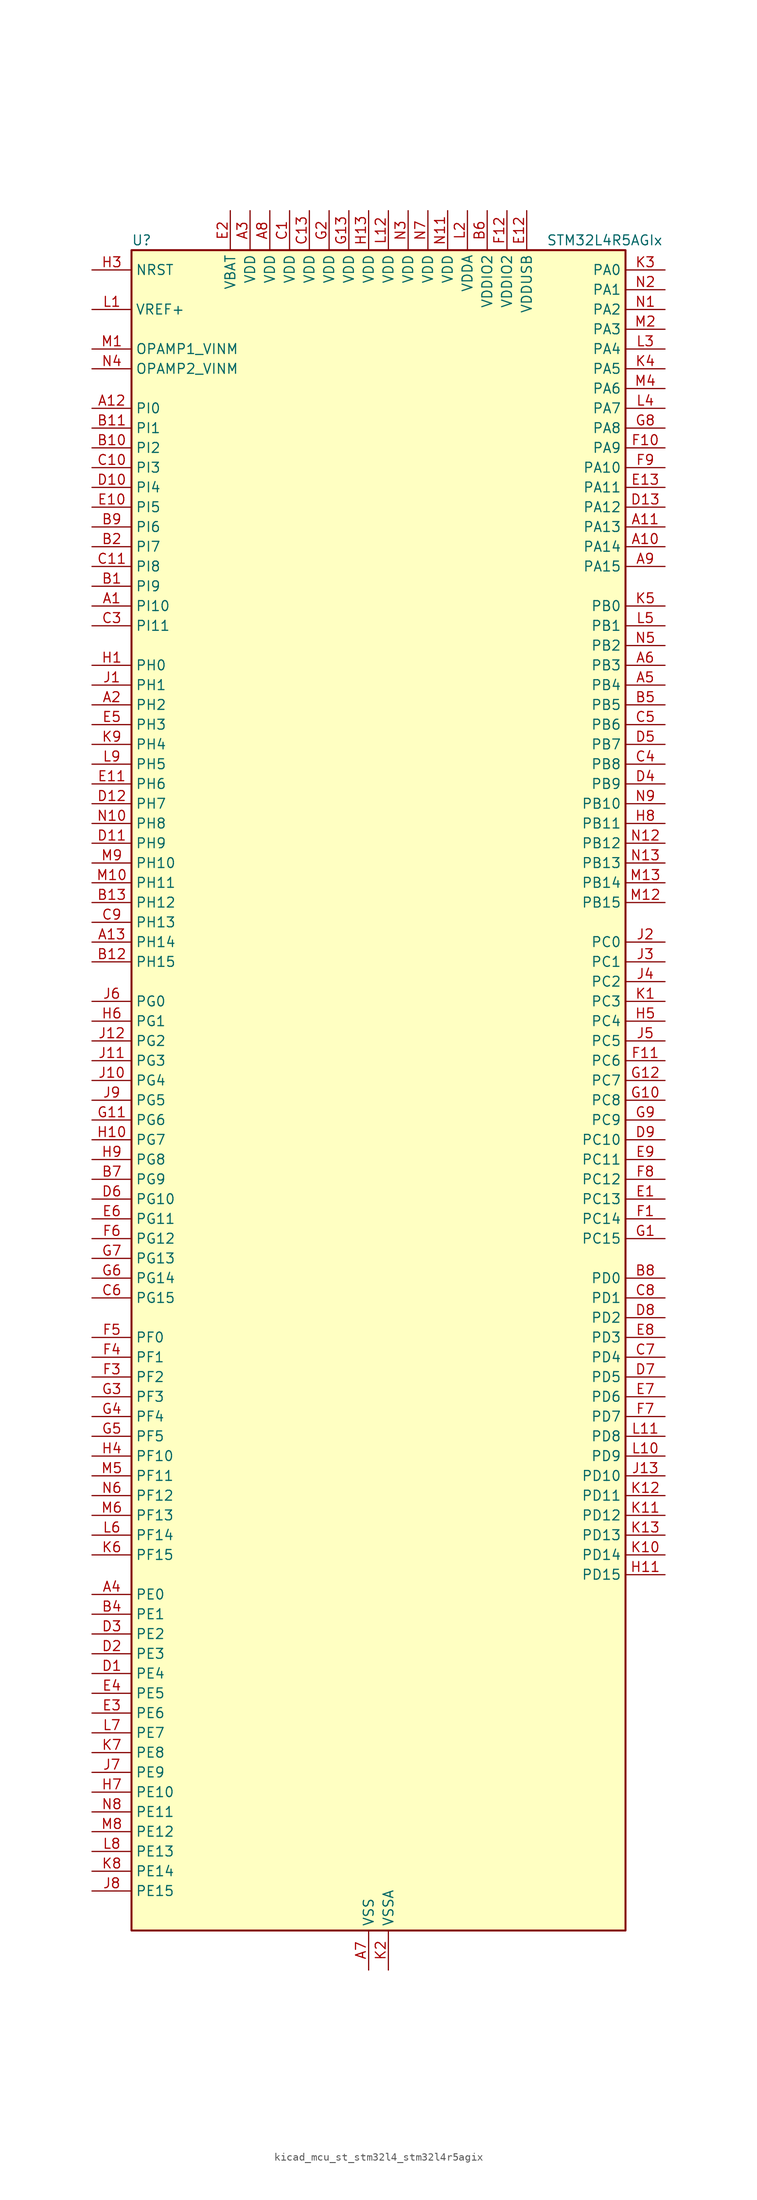
<source format=kicad_sym>
(kicad_symbol_lib
  (version 20220914)
  (generator kicad_symbol_editor)
  (symbol "kicad_mcu_st_stm32l4_stm32l4r5agix"
    (property "Reference" "U"
      (at -30.48 110.49 0)
      (effects (font (size 1.27 1.27)) (justify left)))
    (property "Value" "STM32L4R5AGIx"
      (at 22.86 110.49 0)
      (effects (font (size 1.27 1.27)) (justify left)))
    (property "ki_locked" ""
      (at 0 0 0)
      (effects (font (size 1.27 1.27))))
    (symbol "kicad_mcu_st_stm32l4_stm32l4r5agix_0_1"
      (rectangle (start -30.48 -106.68) (end 33.02 109.22) (stroke (width 0.254) (type default)) (fill (type background))))
    (symbol "kicad_mcu_st_stm32l4_stm32l4r5agix_1_1"
      (pin bidirectional line (at -35.56 63.5 0) (length 5.08) (name "PI10" (effects (font (size 1.27 1.27)))) (number "A1" (effects (font (size 1.27 1.27)))) (alternate "OCTOSPIM_P2_IO1" bidirectional line))
      (pin bidirectional line (at 38.1 71.12 180) (length 5.08) (name "PA14" (effects (font (size 1.27 1.27)))) (number "A10" (effects (font (size 1.27 1.27)))) (alternate "I2C1_SMBA" bidirectional line) (alternate "I2C4_SMBA" bidirectional line) (alternate "LPTIM1_OUT" bidirectional line) (alternate "SAI1_FS_B" bidirectional line) (alternate "SYS_JTCK-SWCLK" bidirectional line) (alternate "USB_OTG_FS_SOF" bidirectional line))
      (pin bidirectional line (at 38.1 73.66 180) (length 5.08) (name "PA13" (effects (font (size 1.27 1.27)))) (number "A11" (effects (font (size 1.27 1.27)))) (alternate "IR_OUT" bidirectional line) (alternate "SAI1_SD_B" bidirectional line) (alternate "SYS_JTMS-SWDIO" bidirectional line) (alternate "USB_OTG_FS_NOE" bidirectional line))
      (pin bidirectional line (at -35.56 88.9 0) (length 5.08) (name "PI0" (effects (font (size 1.27 1.27)))) (number "A12" (effects (font (size 1.27 1.27)))) (alternate "DCMI_D13" bidirectional line) (alternate "OCTOSPIM_P1_IO5" bidirectional line) (alternate "SPI2_NSS" bidirectional line) (alternate "TIM5_CH4" bidirectional line))
      (pin bidirectional line (at -35.56 20.32 0) (length 5.08) (name "PH14" (effects (font (size 1.27 1.27)))) (number "A13" (effects (font (size 1.27 1.27)))) (alternate "DCMI_D4" bidirectional line) (alternate "TIM8_CH2N" bidirectional line))
      (pin bidirectional line (at -35.56 50.8 0) (length 5.08) (name "PH2" (effects (font (size 1.27 1.27)))) (number "A2" (effects (font (size 1.27 1.27)))) (alternate "OCTOSPIM_P1_IO4" bidirectional line))
      (pin power_in line (at -15.24 114.3 270) (length 5.08) (name "VDD" (effects (font (size 1.27 1.27)))) (number "A3" (effects (font (size 1.27 1.27)))))
      (pin bidirectional line (at -35.56 -63.5 0) (length 5.08) (name "PE0" (effects (font (size 1.27 1.27)))) (number "A4" (effects (font (size 1.27 1.27)))) (alternate "DCMI_D2" bidirectional line) (alternate "FMC_NBL0" bidirectional line) (alternate "TIM16_CH1" bidirectional line) (alternate "TIM4_ETR" bidirectional line))
      (pin bidirectional line (at 38.1 53.34 180) (length 5.08) (name "PB4" (effects (font (size 1.27 1.27)))) (number "A5" (effects (font (size 1.27 1.27)))) (alternate "COMP2_INP" bidirectional line) (alternate "DCMI_D12" bidirectional line) (alternate "I2C3_SDA" bidirectional line) (alternate "SAI1_MCLK_B" bidirectional line) (alternate "SPI1_MISO" bidirectional line) (alternate "SPI3_MISO" bidirectional line) (alternate "SYS_JTRST" bidirectional line) (alternate "TIM17_BKIN" bidirectional line) (alternate "TIM3_CH1" bidirectional line) (alternate "TSC_G2_IO1" bidirectional line) (alternate "UART5_DE" bidirectional line) (alternate "UART5_RTS" bidirectional line) (alternate "USART1_CTS" bidirectional line) (alternate "USART1_NSS" bidirectional line))
      (pin bidirectional line (at 38.1 55.88 180) (length 5.08) (name "PB3" (effects (font (size 1.27 1.27)))) (number "A6" (effects (font (size 1.27 1.27)))) (alternate "COMP2_INM" bidirectional line) (alternate "CRS_SYNC" bidirectional line) (alternate "SAI1_SCK_B" bidirectional line) (alternate "SPI1_SCK" bidirectional line) (alternate "SPI3_SCK" bidirectional line) (alternate "SYS_JTDO-SWO" bidirectional line) (alternate "TIM2_CH2" bidirectional line) (alternate "USART1_DE" bidirectional line) (alternate "USART1_RTS" bidirectional line))
      (pin power_in line (at 0 -111.76 90) (length 5.08) (name "VSS" (effects (font (size 1.27 1.27)))) (number "A7" (effects (font (size 1.27 1.27)))))
      (pin power_in line (at -12.7 114.3 270) (length 5.08) (name "VDD" (effects (font (size 1.27 1.27)))) (number "A8" (effects (font (size 1.27 1.27)))))
      (pin bidirectional line (at 38.1 68.58 180) (length 5.08) (name "PA15" (effects (font (size 1.27 1.27)))) (number "A9" (effects (font (size 1.27 1.27)))) (alternate "ADC1_EXTI15" bidirectional line) (alternate "SAI2_FS_B" bidirectional line) (alternate "SPI1_NSS" bidirectional line) (alternate "SPI3_NSS" bidirectional line) (alternate "SYS_JTDI" bidirectional line) (alternate "TIM2_CH1" bidirectional line) (alternate "TIM2_ETR" bidirectional line) (alternate "TSC_G3_IO1" bidirectional line) (alternate "UART4_DE" bidirectional line) (alternate "UART4_RTS" bidirectional line) (alternate "USART2_RX" bidirectional line) (alternate "USART3_DE" bidirectional line) (alternate "USART3_RTS" bidirectional line))
      (pin bidirectional line (at -35.56 66.04 0) (length 5.08) (name "PI9" (effects (font (size 1.27 1.27)))) (number "B1" (effects (font (size 1.27 1.27)))) (alternate "CAN1_RX" bidirectional line) (alternate "DAC1_EXTI9" bidirectional line) (alternate "OCTOSPIM_P2_IO2" bidirectional line))
      (pin bidirectional line (at -35.56 83.82 0) (length 5.08) (name "PI2" (effects (font (size 1.27 1.27)))) (number "B10" (effects (font (size 1.27 1.27)))) (alternate "DCMI_D9" bidirectional line) (alternate "SPI2_MISO" bidirectional line) (alternate "TIM8_CH4" bidirectional line))
      (pin bidirectional line (at -35.56 86.36 0) (length 5.08) (name "PI1" (effects (font (size 1.27 1.27)))) (number "B11" (effects (font (size 1.27 1.27)))) (alternate "DCMI_D8" bidirectional line) (alternate "SPI2_SCK" bidirectional line))
      (pin bidirectional line (at -35.56 17.78 0) (length 5.08) (name "PH15" (effects (font (size 1.27 1.27)))) (number "B12" (effects (font (size 1.27 1.27)))) (alternate "ADC1_EXTI15" bidirectional line) (alternate "DCMI_D11" bidirectional line) (alternate "OCTOSPIM_P2_IO6" bidirectional line) (alternate "TIM8_CH3N" bidirectional line))
      (pin bidirectional line (at -35.56 25.4 0) (length 5.08) (name "PH12" (effects (font (size 1.27 1.27)))) (number "B13" (effects (font (size 1.27 1.27)))) (alternate "DCMI_D3" bidirectional line) (alternate "OCTOSPIM_P2_IO7" bidirectional line) (alternate "TIM5_CH3" bidirectional line))
      (pin bidirectional line (at -35.56 71.12 0) (length 5.08) (name "PI7" (effects (font (size 1.27 1.27)))) (number "B2" (effects (font (size 1.27 1.27)))) (alternate "DCMI_D7" bidirectional line) (alternate "TIM8_CH3" bidirectional line))
      (pin passive line (at 0 -111.76 90) (length 5.08) hide (name "VSS" (effects (font (size 1.27 1.27)))) (number "B3" (effects (font (size 1.27 1.27)))))
      (pin bidirectional line (at -35.56 -66.04 0) (length 5.08) (name "PE1" (effects (font (size 1.27 1.27)))) (number "B4" (effects (font (size 1.27 1.27)))) (alternate "DCMI_D3" bidirectional line) (alternate "FMC_NBL1" bidirectional line) (alternate "TIM17_CH1" bidirectional line))
      (pin bidirectional line (at 38.1 50.8 180) (length 5.08) (name "PB5" (effects (font (size 1.27 1.27)))) (number "B5" (effects (font (size 1.27 1.27)))) (alternate "COMP2_OUT" bidirectional line) (alternate "DCMI_D10" bidirectional line) (alternate "I2C1_SMBA" bidirectional line) (alternate "LPTIM1_IN1" bidirectional line) (alternate "SAI1_SD_B" bidirectional line) (alternate "SPI1_MOSI" bidirectional line) (alternate "SPI3_MOSI" bidirectional line) (alternate "TIM16_BKIN" bidirectional line) (alternate "TIM3_CH2" bidirectional line) (alternate "TSC_G2_IO2" bidirectional line) (alternate "UART5_CTS" bidirectional line) (alternate "USART1_CK" bidirectional line))
      (pin power_in line (at 15.24 114.3 270) (length 5.08) (name "VDDIO2" (effects (font (size 1.27 1.27)))) (number "B6" (effects (font (size 1.27 1.27)))))
      (pin bidirectional line (at -35.56 -10.16 0) (length 5.08) (name "PG9" (effects (font (size 1.27 1.27)))) (number "B7" (effects (font (size 1.27 1.27)))) (alternate "DAC1_EXTI9" bidirectional line) (alternate "FMC_NCE" bidirectional line) (alternate "FMC_NE2" bidirectional line) (alternate "OCTOSPIM_P2_IO6" bidirectional line) (alternate "SAI2_SCK_A" bidirectional line) (alternate "SPI3_SCK" bidirectional line) (alternate "TIM15_CH1N" bidirectional line) (alternate "USART1_TX" bidirectional line))
      (pin bidirectional line (at 38.1 -22.86 180) (length 5.08) (name "PD0" (effects (font (size 1.27 1.27)))) (number "B8" (effects (font (size 1.27 1.27)))) (alternate "CAN1_RX" bidirectional line) (alternate "DFSDM1_DATIN7" bidirectional line) (alternate "FMC_D2" bidirectional line) (alternate "FMC_DA2" bidirectional line) (alternate "SPI2_NSS" bidirectional line))
      (pin bidirectional line (at -35.56 73.66 0) (length 5.08) (name "PI6" (effects (font (size 1.27 1.27)))) (number "B9" (effects (font (size 1.27 1.27)))) (alternate "DCMI_D6" bidirectional line) (alternate "OCTOSPIM_P2_CLK" bidirectional line) (alternate "TIM8_CH2" bidirectional line))
      (pin power_in line (at -10.16 114.3 270) (length 5.08) (name "VDD" (effects (font (size 1.27 1.27)))) (number "C1" (effects (font (size 1.27 1.27)))))
      (pin bidirectional line (at -35.56 81.28 0) (length 5.08) (name "PI3" (effects (font (size 1.27 1.27)))) (number "C10" (effects (font (size 1.27 1.27)))) (alternate "DCMI_D10" bidirectional line) (alternate "SPI2_MOSI" bidirectional line) (alternate "TIM8_ETR" bidirectional line))
      (pin bidirectional line (at -35.56 68.58 0) (length 5.08) (name "PI8" (effects (font (size 1.27 1.27)))) (number "C11" (effects (font (size 1.27 1.27)))) (alternate "DCMI_D12" bidirectional line) (alternate "OCTOSPIM_P2_NCS" bidirectional line))
      (pin passive line (at 0 -111.76 90) (length 5.08) hide (name "VSS" (effects (font (size 1.27 1.27)))) (number "C12" (effects (font (size 1.27 1.27)))))
      (pin power_in line (at -7.62 114.3 270) (length 5.08) (name "VDD" (effects (font (size 1.27 1.27)))) (number "C13" (effects (font (size 1.27 1.27)))))
      (pin passive line (at 0 -111.76 90) (length 5.08) hide (name "VSS" (effects (font (size 1.27 1.27)))) (number "C2" (effects (font (size 1.27 1.27)))))
      (pin bidirectional line (at -35.56 60.96 0) (length 5.08) (name "PI11" (effects (font (size 1.27 1.27)))) (number "C3" (effects (font (size 1.27 1.27)))) (alternate "ADC1_EXTI11" bidirectional line) (alternate "OCTOSPIM_P2_IO0" bidirectional line))
      (pin bidirectional line (at 38.1 43.18 180) (length 5.08) (name "PB8" (effects (font (size 1.27 1.27)))) (number "C4" (effects (font (size 1.27 1.27)))) (alternate "CAN1_RX" bidirectional line) (alternate "DCMI_D6" bidirectional line) (alternate "DFSDM1_CKOUT" bidirectional line) (alternate "DFSDM1_DATIN6" bidirectional line) (alternate "I2C1_SCL" bidirectional line) (alternate "SAI1_CK1" bidirectional line) (alternate "SAI1_MCLK_A" bidirectional line) (alternate "SDMMC1_CKIN" bidirectional line) (alternate "SDMMC1_D4" bidirectional line) (alternate "TIM16_CH1" bidirectional line) (alternate "TIM4_CH3" bidirectional line))
      (pin bidirectional line (at 38.1 48.26 180) (length 5.08) (name "PB6" (effects (font (size 1.27 1.27)))) (number "C5" (effects (font (size 1.27 1.27)))) (alternate "COMP2_INP" bidirectional line) (alternate "DCMI_D5" bidirectional line) (alternate "DFSDM1_DATIN5" bidirectional line) (alternate "I2C1_SCL" bidirectional line) (alternate "I2C4_SCL" bidirectional line) (alternate "LPTIM1_ETR" bidirectional line) (alternate "SAI1_FS_B" bidirectional line) (alternate "TIM16_CH1N" bidirectional line) (alternate "TIM4_CH1" bidirectional line) (alternate "TIM8_BKIN2" bidirectional line) (alternate "TSC_G2_IO3" bidirectional line) (alternate "USART1_TX" bidirectional line))
      (pin bidirectional line (at -35.56 -25.4 0) (length 5.08) (name "PG15" (effects (font (size 1.27 1.27)))) (number "C6" (effects (font (size 1.27 1.27)))) (alternate "ADC1_EXTI15" bidirectional line) (alternate "DCMI_D13" bidirectional line) (alternate "I2C1_SMBA" bidirectional line) (alternate "LPTIM1_OUT" bidirectional line) (alternate "OCTOSPIM_P2_DQS" bidirectional line))
      (pin bidirectional line (at 38.1 -33.02 180) (length 5.08) (name "PD4" (effects (font (size 1.27 1.27)))) (number "C7" (effects (font (size 1.27 1.27)))) (alternate "DFSDM1_CKIN0" bidirectional line) (alternate "FMC_NOE" bidirectional line) (alternate "OCTOSPIM_P1_IO4" bidirectional line) (alternate "SPI2_MOSI" bidirectional line) (alternate "USART2_DE" bidirectional line) (alternate "USART2_RTS" bidirectional line))
      (pin bidirectional line (at 38.1 -25.4 180) (length 5.08) (name "PD1" (effects (font (size 1.27 1.27)))) (number "C8" (effects (font (size 1.27 1.27)))) (alternate "CAN1_TX" bidirectional line) (alternate "DFSDM1_CKIN7" bidirectional line) (alternate "FMC_D3" bidirectional line) (alternate "FMC_DA3" bidirectional line) (alternate "SPI2_SCK" bidirectional line))
      (pin bidirectional line (at -35.56 22.86 0) (length 5.08) (name "PH13" (effects (font (size 1.27 1.27)))) (number "C9" (effects (font (size 1.27 1.27)))) (alternate "CAN1_TX" bidirectional line) (alternate "TIM8_CH1N" bidirectional line))
      (pin bidirectional line (at -35.56 -73.66 0) (length 5.08) (name "PE4" (effects (font (size 1.27 1.27)))) (number "D1" (effects (font (size 1.27 1.27)))) (alternate "DCMI_D4" bidirectional line) (alternate "DFSDM1_DATIN3" bidirectional line) (alternate "FMC_A20" bidirectional line) (alternate "SAI1_D2" bidirectional line) (alternate "SAI1_FS_A" bidirectional line) (alternate "SYS_TRACED1" bidirectional line) (alternate "TIM3_CH2" bidirectional line) (alternate "TSC_G7_IO3" bidirectional line))
      (pin bidirectional line (at -35.56 78.74 0) (length 5.08) (name "PI4" (effects (font (size 1.27 1.27)))) (number "D10" (effects (font (size 1.27 1.27)))) (alternate "DCMI_D5" bidirectional line) (alternate "TIM8_BKIN" bidirectional line))
      (pin bidirectional line (at -35.56 33.02 0) (length 5.08) (name "PH9" (effects (font (size 1.27 1.27)))) (number "D11" (effects (font (size 1.27 1.27)))) (alternate "DAC1_EXTI9" bidirectional line) (alternate "DCMI_D0" bidirectional line) (alternate "I2C3_SMBA" bidirectional line) (alternate "OCTOSPIM_P2_IO4" bidirectional line))
      (pin bidirectional line (at -35.56 38.1 0) (length 5.08) (name "PH7" (effects (font (size 1.27 1.27)))) (number "D12" (effects (font (size 1.27 1.27)))) (alternate "DCMI_D9" bidirectional line) (alternate "I2C3_SCL" bidirectional line))
      (pin bidirectional line (at 38.1 76.2 180) (length 5.08) (name "PA12" (effects (font (size 1.27 1.27)))) (number "D13" (effects (font (size 1.27 1.27)))) (alternate "CAN1_TX" bidirectional line) (alternate "SPI1_MOSI" bidirectional line) (alternate "TIM1_ETR" bidirectional line) (alternate "USART1_DE" bidirectional line) (alternate "USART1_RTS" bidirectional line) (alternate "USB_OTG_FS_DP" bidirectional line))
      (pin bidirectional line (at -35.56 -71.12 0) (length 5.08) (name "PE3" (effects (font (size 1.27 1.27)))) (number "D2" (effects (font (size 1.27 1.27)))) (alternate "FMC_A19" bidirectional line) (alternate "OCTOSPIM_P1_DQS" bidirectional line) (alternate "SAI1_SD_B" bidirectional line) (alternate "SYS_TRACED0" bidirectional line) (alternate "TIM3_CH1" bidirectional line) (alternate "TSC_G7_IO2" bidirectional line))
      (pin bidirectional line (at -35.56 -68.58 0) (length 5.08) (name "PE2" (effects (font (size 1.27 1.27)))) (number "D3" (effects (font (size 1.27 1.27)))) (alternate "FMC_A23" bidirectional line) (alternate "SAI1_CK1" bidirectional line) (alternate "SAI1_MCLK_A" bidirectional line) (alternate "SYS_TRACECLK" bidirectional line) (alternate "TIM3_ETR" bidirectional line) (alternate "TSC_G7_IO1" bidirectional line))
      (pin bidirectional line (at 38.1 40.64 180) (length 5.08) (name "PB9" (effects (font (size 1.27 1.27)))) (number "D4" (effects (font (size 1.27 1.27)))) (alternate "CAN1_TX" bidirectional line) (alternate "DAC1_EXTI9" bidirectional line) (alternate "DCMI_D7" bidirectional line) (alternate "DFSDM1_CKIN6" bidirectional line) (alternate "I2C1_SDA" bidirectional line) (alternate "IR_OUT" bidirectional line) (alternate "SAI1_D2" bidirectional line) (alternate "SAI1_FS_A" bidirectional line) (alternate "SDMMC1_CDIR" bidirectional line) (alternate "SDMMC1_D5" bidirectional line) (alternate "SPI2_NSS" bidirectional line) (alternate "TIM17_CH1" bidirectional line) (alternate "TIM4_CH4" bidirectional line))
      (pin bidirectional line (at 38.1 45.72 180) (length 5.08) (name "PB7" (effects (font (size 1.27 1.27)))) (number "D5" (effects (font (size 1.27 1.27)))) (alternate "COMP2_INM" bidirectional line) (alternate "DCMI_VSYNC" bidirectional line) (alternate "DFSDM1_CKIN5" bidirectional line) (alternate "FMC_NL" bidirectional line) (alternate "I2C1_SDA" bidirectional line) (alternate "I2C4_SDA" bidirectional line) (alternate "LPTIM1_IN2" bidirectional line) (alternate "SYS_PVD_IN" bidirectional line) (alternate "TIM17_CH1N" bidirectional line) (alternate "TIM4_CH2" bidirectional line) (alternate "TIM8_BKIN" bidirectional line) (alternate "TSC_G2_IO4" bidirectional line) (alternate "UART4_CTS" bidirectional line) (alternate "USART1_RX" bidirectional line))
      (pin bidirectional line (at -35.56 -12.7 0) (length 5.08) (name "PG10" (effects (font (size 1.27 1.27)))) (number "D6" (effects (font (size 1.27 1.27)))) (alternate "FMC_NE3" bidirectional line) (alternate "LPTIM1_IN1" bidirectional line) (alternate "OCTOSPIM_P2_IO7" bidirectional line) (alternate "SAI2_FS_A" bidirectional line) (alternate "SPI3_MISO" bidirectional line) (alternate "TIM15_CH1" bidirectional line) (alternate "USART1_RX" bidirectional line))
      (pin bidirectional line (at 38.1 -35.56 180) (length 5.08) (name "PD5" (effects (font (size 1.27 1.27)))) (number "D7" (effects (font (size 1.27 1.27)))) (alternate "FMC_NWE" bidirectional line) (alternate "OCTOSPIM_P1_IO5" bidirectional line) (alternate "USART2_TX" bidirectional line))
      (pin bidirectional line (at 38.1 -27.94 180) (length 5.08) (name "PD2" (effects (font (size 1.27 1.27)))) (number "D8" (effects (font (size 1.27 1.27)))) (alternate "DCMI_D11" bidirectional line) (alternate "SDMMC1_CMD" bidirectional line) (alternate "SYS_TRACED2" bidirectional line) (alternate "TIM3_ETR" bidirectional line) (alternate "TSC_SYNC" bidirectional line) (alternate "UART5_RX" bidirectional line) (alternate "USART3_DE" bidirectional line) (alternate "USART3_RTS" bidirectional line))
      (pin bidirectional line (at 38.1 -5.08 180) (length 5.08) (name "PC10" (effects (font (size 1.27 1.27)))) (number "D9" (effects (font (size 1.27 1.27)))) (alternate "DCMI_D8" bidirectional line) (alternate "SAI2_SCK_B" bidirectional line) (alternate "SDMMC1_D2" bidirectional line) (alternate "SPI3_SCK" bidirectional line) (alternate "SYS_TRACED1" bidirectional line) (alternate "TSC_G3_IO2" bidirectional line) (alternate "UART4_TX" bidirectional line) (alternate "USART3_TX" bidirectional line))
      (pin bidirectional line (at 38.1 -12.7 180) (length 5.08) (name "PC13" (effects (font (size 1.27 1.27)))) (number "E1" (effects (font (size 1.27 1.27)))) (alternate "RTC_OUT_ALARM" bidirectional line) (alternate "RTC_OUT_CALIB" bidirectional line) (alternate "RTC_TAMP1" bidirectional line) (alternate "RTC_TS" bidirectional line) (alternate "SYS_WKUP2" bidirectional line))
      (pin bidirectional line (at -35.56 76.2 0) (length 5.08) (name "PI5" (effects (font (size 1.27 1.27)))) (number "E10" (effects (font (size 1.27 1.27)))) (alternate "DCMI_VSYNC" bidirectional line) (alternate "OCTOSPIM_P2_NCS" bidirectional line) (alternate "TIM8_CH1" bidirectional line))
      (pin bidirectional line (at -35.56 40.64 0) (length 5.08) (name "PH6" (effects (font (size 1.27 1.27)))) (number "E11" (effects (font (size 1.27 1.27)))) (alternate "DCMI_D8" bidirectional line) (alternate "I2C2_SMBA" bidirectional line) (alternate "OCTOSPIM_P2_CLK" bidirectional line))
      (pin power_in line (at 20.32 114.3 270) (length 5.08) (name "VDDUSB" (effects (font (size 1.27 1.27)))) (number "E12" (effects (font (size 1.27 1.27)))))
      (pin bidirectional line (at 38.1 78.74 180) (length 5.08) (name "PA11" (effects (font (size 1.27 1.27)))) (number "E13" (effects (font (size 1.27 1.27)))) (alternate "ADC1_EXTI11" bidirectional line) (alternate "CAN1_RX" bidirectional line) (alternate "SPI1_MISO" bidirectional line) (alternate "TIM1_BKIN2" bidirectional line) (alternate "TIM1_CH4" bidirectional line) (alternate "USART1_CTS" bidirectional line) (alternate "USART1_NSS" bidirectional line) (alternate "USB_OTG_FS_DM" bidirectional line))
      (pin power_in line (at -17.78 114.3 270) (length 5.08) (name "VBAT" (effects (font (size 1.27 1.27)))) (number "E2" (effects (font (size 1.27 1.27)))))
      (pin bidirectional line (at -35.56 -78.74 0) (length 5.08) (name "PE6" (effects (font (size 1.27 1.27)))) (number "E3" (effects (font (size 1.27 1.27)))) (alternate "DCMI_D7" bidirectional line) (alternate "FMC_A22" bidirectional line) (alternate "RTC_TAMP3" bidirectional line) (alternate "SAI1_D1" bidirectional line) (alternate "SAI1_SD_A" bidirectional line) (alternate "SYS_TRACED3" bidirectional line) (alternate "SYS_WKUP3" bidirectional line) (alternate "TIM3_CH4" bidirectional line))
      (pin bidirectional line (at -35.56 -76.2 0) (length 5.08) (name "PE5" (effects (font (size 1.27 1.27)))) (number "E4" (effects (font (size 1.27 1.27)))) (alternate "DCMI_D6" bidirectional line) (alternate "DFSDM1_CKIN3" bidirectional line) (alternate "FMC_A21" bidirectional line) (alternate "SAI1_CK2" bidirectional line) (alternate "SAI1_SCK_A" bidirectional line) (alternate "SYS_TRACED2" bidirectional line) (alternate "TIM3_CH3" bidirectional line) (alternate "TSC_G7_IO4" bidirectional line))
      (pin bidirectional line (at -35.56 48.26 0) (length 5.08) (name "PH3" (effects (font (size 1.27 1.27)))) (number "E5" (effects (font (size 1.27 1.27)))))
      (pin bidirectional line (at -35.56 -15.24 0) (length 5.08) (name "PG11" (effects (font (size 1.27 1.27)))) (number "E6" (effects (font (size 1.27 1.27)))) (alternate "ADC1_EXTI11" bidirectional line) (alternate "LPTIM1_IN2" bidirectional line) (alternate "OCTOSPIM_P1_IO5" bidirectional line) (alternate "SAI2_MCLK_A" bidirectional line) (alternate "SPI3_MOSI" bidirectional line) (alternate "TIM15_CH2" bidirectional line) (alternate "USART1_CTS" bidirectional line) (alternate "USART1_NSS" bidirectional line))
      (pin bidirectional line (at 38.1 -38.1 180) (length 5.08) (name "PD6" (effects (font (size 1.27 1.27)))) (number "E7" (effects (font (size 1.27 1.27)))) (alternate "DCMI_D10" bidirectional line) (alternate "DFSDM1_DATIN1" bidirectional line) (alternate "FMC_NWAIT" bidirectional line) (alternate "OCTOSPIM_P1_IO6" bidirectional line) (alternate "SAI1_D1" bidirectional line) (alternate "SAI1_SD_A" bidirectional line) (alternate "SPI3_MOSI" bidirectional line) (alternate "USART2_RX" bidirectional line))
      (pin bidirectional line (at 38.1 -30.48 180) (length 5.08) (name "PD3" (effects (font (size 1.27 1.27)))) (number "E8" (effects (font (size 1.27 1.27)))) (alternate "DCMI_D5" bidirectional line) (alternate "DFSDM1_DATIN0" bidirectional line) (alternate "FMC_CLK" bidirectional line) (alternate "OCTOSPIM_P2_NCS" bidirectional line) (alternate "SPI2_MISO" bidirectional line) (alternate "SPI2_SCK" bidirectional line) (alternate "USART2_CTS" bidirectional line) (alternate "USART2_NSS" bidirectional line))
      (pin bidirectional line (at 38.1 -7.62 180) (length 5.08) (name "PC11" (effects (font (size 1.27 1.27)))) (number "E9" (effects (font (size 1.27 1.27)))) (alternate "ADC1_EXTI11" bidirectional line) (alternate "DCMI_D2" bidirectional line) (alternate "DCMI_D4" bidirectional line) (alternate "OCTOSPIM_P1_NCS" bidirectional line) (alternate "SAI2_MCLK_B" bidirectional line) (alternate "SDMMC1_D3" bidirectional line) (alternate "SPI3_MISO" bidirectional line) (alternate "TSC_G3_IO3" bidirectional line) (alternate "UART4_RX" bidirectional line) (alternate "USART3_RX" bidirectional line))
      (pin bidirectional line (at 38.1 -15.24 180) (length 5.08) (name "PC14" (effects (font (size 1.27 1.27)))) (number "F1" (effects (font (size 1.27 1.27)))) (alternate "RCC_OSC32_IN" bidirectional line))
      (pin bidirectional line (at 38.1 83.82 180) (length 5.08) (name "PA9" (effects (font (size 1.27 1.27)))) (number "F10" (effects (font (size 1.27 1.27)))) (alternate "DAC1_EXTI9" bidirectional line) (alternate "DCMI_D0" bidirectional line) (alternate "SAI1_FS_A" bidirectional line) (alternate "SPI2_SCK" bidirectional line) (alternate "TIM15_BKIN" bidirectional line) (alternate "TIM1_CH2" bidirectional line) (alternate "USART1_TX" bidirectional line) (alternate "USB_OTG_FS_VBUS" bidirectional line))
      (pin bidirectional line (at 38.1 5.08 180) (length 5.08) (name "PC6" (effects (font (size 1.27 1.27)))) (number "F11" (effects (font (size 1.27 1.27)))) (alternate "DCMI_D0" bidirectional line) (alternate "DFSDM1_CKIN3" bidirectional line) (alternate "SAI2_MCLK_A" bidirectional line) (alternate "SDMMC1_D0DIR" bidirectional line) (alternate "SDMMC1_D6" bidirectional line) (alternate "TIM3_CH1" bidirectional line) (alternate "TIM8_CH1" bidirectional line) (alternate "TSC_G4_IO1" bidirectional line))
      (pin power_in line (at 17.78 114.3 270) (length 5.08) (name "VDDIO2" (effects (font (size 1.27 1.27)))) (number "F12" (effects (font (size 1.27 1.27)))))
      (pin passive line (at 0 -111.76 90) (length 5.08) hide (name "VSS" (effects (font (size 1.27 1.27)))) (number "F13" (effects (font (size 1.27 1.27)))))
      (pin passive line (at 0 -111.76 90) (length 5.08) hide (name "VSS" (effects (font (size 1.27 1.27)))) (number "F2" (effects (font (size 1.27 1.27)))))
      (pin bidirectional line (at -35.56 -35.56 0) (length 5.08) (name "PF2" (effects (font (size 1.27 1.27)))) (number "F3" (effects (font (size 1.27 1.27)))) (alternate "FMC_A2" bidirectional line) (alternate "I2C2_SMBA" bidirectional line) (alternate "OCTOSPIM_P2_IO2" bidirectional line))
      (pin bidirectional line (at -35.56 -33.02 0) (length 5.08) (name "PF1" (effects (font (size 1.27 1.27)))) (number "F4" (effects (font (size 1.27 1.27)))) (alternate "FMC_A1" bidirectional line) (alternate "I2C2_SCL" bidirectional line) (alternate "OCTOSPIM_P2_IO1" bidirectional line))
      (pin bidirectional line (at -35.56 -30.48 0) (length 5.08) (name "PF0" (effects (font (size 1.27 1.27)))) (number "F5" (effects (font (size 1.27 1.27)))) (alternate "FMC_A0" bidirectional line) (alternate "I2C2_SDA" bidirectional line) (alternate "OCTOSPIM_P2_IO0" bidirectional line))
      (pin bidirectional line (at -35.56 -17.78 0) (length 5.08) (name "PG12" (effects (font (size 1.27 1.27)))) (number "F6" (effects (font (size 1.27 1.27)))) (alternate "FMC_NE4" bidirectional line) (alternate "LPTIM1_ETR" bidirectional line) (alternate "OCTOSPIM_P2_NCS" bidirectional line) (alternate "SAI2_SD_A" bidirectional line) (alternate "SPI3_NSS" bidirectional line) (alternate "USART1_DE" bidirectional line) (alternate "USART1_RTS" bidirectional line))
      (pin bidirectional line (at 38.1 -40.64 180) (length 5.08) (name "PD7" (effects (font (size 1.27 1.27)))) (number "F7" (effects (font (size 1.27 1.27)))) (alternate "DFSDM1_CKIN1" bidirectional line) (alternate "FMC_NCE" bidirectional line) (alternate "FMC_NE1" bidirectional line) (alternate "OCTOSPIM_P1_IO7" bidirectional line) (alternate "USART2_CK" bidirectional line))
      (pin bidirectional line (at 38.1 -10.16 180) (length 5.08) (name "PC12" (effects (font (size 1.27 1.27)))) (number "F8" (effects (font (size 1.27 1.27)))) (alternate "DCMI_D9" bidirectional line) (alternate "SAI2_SD_B" bidirectional line) (alternate "SDMMC1_CK" bidirectional line) (alternate "SPI3_MOSI" bidirectional line) (alternate "SYS_TRACED3" bidirectional line) (alternate "TSC_G3_IO4" bidirectional line) (alternate "UART5_TX" bidirectional line) (alternate "USART3_CK" bidirectional line))
      (pin bidirectional line (at 38.1 81.28 180) (length 5.08) (name "PA10" (effects (font (size 1.27 1.27)))) (number "F9" (effects (font (size 1.27 1.27)))) (alternate "DCMI_D1" bidirectional line) (alternate "SAI1_D1" bidirectional line) (alternate "SAI1_SD_A" bidirectional line) (alternate "TIM17_BKIN" bidirectional line) (alternate "TIM1_CH3" bidirectional line) (alternate "USART1_RX" bidirectional line) (alternate "USB_OTG_FS_ID" bidirectional line))
      (pin bidirectional line (at 38.1 -17.78 180) (length 5.08) (name "PC15" (effects (font (size 1.27 1.27)))) (number "G1" (effects (font (size 1.27 1.27)))) (alternate "ADC1_EXTI15" bidirectional line) (alternate "RCC_OSC32_OUT" bidirectional line))
      (pin bidirectional line (at 38.1 0 180) (length 5.08) (name "PC8" (effects (font (size 1.27 1.27)))) (number "G10" (effects (font (size 1.27 1.27)))) (alternate "DCMI_D2" bidirectional line) (alternate "SDMMC1_D0" bidirectional line) (alternate "TIM3_CH3" bidirectional line) (alternate "TIM8_CH3" bidirectional line) (alternate "TSC_G4_IO3" bidirectional line))
      (pin bidirectional line (at -35.56 -2.54 0) (length 5.08) (name "PG6" (effects (font (size 1.27 1.27)))) (number "G11" (effects (font (size 1.27 1.27)))) (alternate "I2C3_SMBA" bidirectional line) (alternate "LPUART1_DE" bidirectional line) (alternate "LPUART1_RTS" bidirectional line) (alternate "OCTOSPIM_P1_DQS" bidirectional line))
      (pin bidirectional line (at 38.1 2.54 180) (length 5.08) (name "PC7" (effects (font (size 1.27 1.27)))) (number "G12" (effects (font (size 1.27 1.27)))) (alternate "DCMI_D1" bidirectional line) (alternate "DFSDM1_DATIN3" bidirectional line) (alternate "SAI2_MCLK_B" bidirectional line) (alternate "SDMMC1_D123DIR" bidirectional line) (alternate "SDMMC1_D7" bidirectional line) (alternate "TIM3_CH2" bidirectional line) (alternate "TIM8_CH2" bidirectional line) (alternate "TSC_G4_IO2" bidirectional line))
      (pin power_in line (at -2.54 114.3 270) (length 5.08) (name "VDD" (effects (font (size 1.27 1.27)))) (number "G13" (effects (font (size 1.27 1.27)))))
      (pin power_in line (at -5.08 114.3 270) (length 5.08) (name "VDD" (effects (font (size 1.27 1.27)))) (number "G2" (effects (font (size 1.27 1.27)))))
      (pin bidirectional line (at -35.56 -38.1 0) (length 5.08) (name "PF3" (effects (font (size 1.27 1.27)))) (number "G3" (effects (font (size 1.27 1.27)))) (alternate "FMC_A3" bidirectional line) (alternate "OCTOSPIM_P2_IO3" bidirectional line))
      (pin bidirectional line (at -35.56 -40.64 0) (length 5.08) (name "PF4" (effects (font (size 1.27 1.27)))) (number "G4" (effects (font (size 1.27 1.27)))) (alternate "FMC_A4" bidirectional line) (alternate "OCTOSPIM_P2_CLK" bidirectional line))
      (pin bidirectional line (at -35.56 -43.18 0) (length 5.08) (name "PF5" (effects (font (size 1.27 1.27)))) (number "G5" (effects (font (size 1.27 1.27)))) (alternate "FMC_A5" bidirectional line))
      (pin bidirectional line (at -35.56 -22.86 0) (length 5.08) (name "PG14" (effects (font (size 1.27 1.27)))) (number "G6" (effects (font (size 1.27 1.27)))) (alternate "FMC_A25" bidirectional line) (alternate "I2C1_SCL" bidirectional line))
      (pin bidirectional line (at -35.56 -20.32 0) (length 5.08) (name "PG13" (effects (font (size 1.27 1.27)))) (number "G7" (effects (font (size 1.27 1.27)))) (alternate "FMC_A24" bidirectional line) (alternate "I2C1_SDA" bidirectional line) (alternate "USART1_CK" bidirectional line))
      (pin bidirectional line (at 38.1 86.36 180) (length 5.08) (name "PA8" (effects (font (size 1.27 1.27)))) (number "G8" (effects (font (size 1.27 1.27)))) (alternate "LPTIM2_OUT" bidirectional line) (alternate "RCC_MCO" bidirectional line) (alternate "SAI1_CK2" bidirectional line) (alternate "SAI1_SCK_A" bidirectional line) (alternate "TIM1_CH1" bidirectional line) (alternate "USART1_CK" bidirectional line) (alternate "USB_OTG_FS_SOF" bidirectional line))
      (pin bidirectional line (at 38.1 -2.54 180) (length 5.08) (name "PC9" (effects (font (size 1.27 1.27)))) (number "G9" (effects (font (size 1.27 1.27)))) (alternate "DAC1_EXTI9" bidirectional line) (alternate "DCMI_D3" bidirectional line) (alternate "I2C3_SDA" bidirectional line) (alternate "SAI2_EXTCLK" bidirectional line) (alternate "SDMMC1_D1" bidirectional line) (alternate "SYS_TRACED0" bidirectional line) (alternate "TIM3_CH4" bidirectional line) (alternate "TIM8_BKIN2" bidirectional line) (alternate "TIM8_CH4" bidirectional line) (alternate "TSC_G4_IO4" bidirectional line) (alternate "USB_OTG_FS_NOE" bidirectional line))
      (pin bidirectional line (at -35.56 55.88 0) (length 5.08) (name "PH0" (effects (font (size 1.27 1.27)))) (number "H1" (effects (font (size 1.27 1.27)))) (alternate "RCC_OSC_IN" bidirectional line))
      (pin bidirectional line (at -35.56 -5.08 0) (length 5.08) (name "PG7" (effects (font (size 1.27 1.27)))) (number "H10" (effects (font (size 1.27 1.27)))) (alternate "DFSDM1_CKOUT" bidirectional line) (alternate "FMC_INT" bidirectional line) (alternate "I2C3_SCL" bidirectional line) (alternate "LPUART1_TX" bidirectional line) (alternate "OCTOSPIM_P2_DQS" bidirectional line) (alternate "SAI1_CK1" bidirectional line) (alternate "SAI1_MCLK_A" bidirectional line))
      (pin bidirectional line (at 38.1 -60.96 180) (length 5.08) (name "PD15" (effects (font (size 1.27 1.27)))) (number "H11" (effects (font (size 1.27 1.27)))) (alternate "ADC1_EXTI15" bidirectional line) (alternate "FMC_D1" bidirectional line) (alternate "FMC_DA1" bidirectional line) (alternate "TIM4_CH4" bidirectional line))
      (pin passive line (at 0 -111.76 90) (length 5.08) hide (name "VSS" (effects (font (size 1.27 1.27)))) (number "H12" (effects (font (size 1.27 1.27)))))
      (pin power_in line (at 0 114.3 270) (length 5.08) (name "VDD" (effects (font (size 1.27 1.27)))) (number "H13" (effects (font (size 1.27 1.27)))))
      (pin passive line (at 0 -111.76 90) (length 5.08) hide (name "VSS" (effects (font (size 1.27 1.27)))) (number "H2" (effects (font (size 1.27 1.27)))))
      (pin input line (at -35.56 106.68 0) (length 5.08) (name "NRST" (effects (font (size 1.27 1.27)))) (number "H3" (effects (font (size 1.27 1.27)))))
      (pin bidirectional line (at -35.56 -45.72 0) (length 5.08) (name "PF10" (effects (font (size 1.27 1.27)))) (number "H4" (effects (font (size 1.27 1.27)))) (alternate "DCMI_D11" bidirectional line) (alternate "DFSDM1_CKOUT" bidirectional line) (alternate "OCTOSPIM_P1_CLK" bidirectional line) (alternate "SAI1_D3" bidirectional line) (alternate "TIM15_CH2" bidirectional line))
      (pin bidirectional line (at 38.1 10.16 180) (length 5.08) (name "PC4" (effects (font (size 1.27 1.27)))) (number "H5" (effects (font (size 1.27 1.27)))) (alternate "ADC1_IN13" bidirectional line) (alternate "COMP1_INM" bidirectional line) (alternate "OCTOSPIM_P1_IO7" bidirectional line) (alternate "USART3_TX" bidirectional line))
      (pin bidirectional line (at -35.56 10.16 0) (length 5.08) (name "PG1" (effects (font (size 1.27 1.27)))) (number "H6" (effects (font (size 1.27 1.27)))) (alternate "FMC_A11" bidirectional line) (alternate "OCTOSPIM_P2_IO5" bidirectional line) (alternate "TSC_G8_IO4" bidirectional line))
      (pin bidirectional line (at -35.56 -88.9 0) (length 5.08) (name "PE10" (effects (font (size 1.27 1.27)))) (number "H7" (effects (font (size 1.27 1.27)))) (alternate "DFSDM1_DATIN4" bidirectional line) (alternate "FMC_D7" bidirectional line) (alternate "FMC_DA7" bidirectional line) (alternate "OCTOSPIM_P1_CLK" bidirectional line) (alternate "SAI1_MCLK_B" bidirectional line) (alternate "TIM1_CH2N" bidirectional line) (alternate "TSC_G5_IO1" bidirectional line))
      (pin bidirectional line (at 38.1 35.56 180) (length 5.08) (name "PB11" (effects (font (size 1.27 1.27)))) (number "H8" (effects (font (size 1.27 1.27)))) (alternate "ADC1_EXTI11" bidirectional line) (alternate "COMP2_OUT" bidirectional line) (alternate "DFSDM1_CKIN7" bidirectional line) (alternate "I2C2_SDA" bidirectional line) (alternate "I2C4_SDA" bidirectional line) (alternate "LPUART1_TX" bidirectional line) (alternate "OCTOSPIM_P1_NCS" bidirectional line) (alternate "TIM2_CH4" bidirectional line) (alternate "USART3_RX" bidirectional line))
      (pin bidirectional line (at -35.56 -7.62 0) (length 5.08) (name "PG8" (effects (font (size 1.27 1.27)))) (number "H9" (effects (font (size 1.27 1.27)))) (alternate "I2C3_SDA" bidirectional line) (alternate "LPUART1_RX" bidirectional line))
      (pin bidirectional line (at -35.56 53.34 0) (length 5.08) (name "PH1" (effects (font (size 1.27 1.27)))) (number "J1" (effects (font (size 1.27 1.27)))) (alternate "RCC_OSC_OUT" bidirectional line))
      (pin bidirectional line (at -35.56 2.54 0) (length 5.08) (name "PG4" (effects (font (size 1.27 1.27)))) (number "J10" (effects (font (size 1.27 1.27)))) (alternate "FMC_A14" bidirectional line) (alternate "SAI2_MCLK_B" bidirectional line) (alternate "SPI1_MOSI" bidirectional line))
      (pin bidirectional line (at -35.56 5.08 0) (length 5.08) (name "PG3" (effects (font (size 1.27 1.27)))) (number "J11" (effects (font (size 1.27 1.27)))) (alternate "FMC_A13" bidirectional line) (alternate "SAI2_FS_B" bidirectional line) (alternate "SPI1_MISO" bidirectional line))
      (pin bidirectional line (at -35.56 7.62 0) (length 5.08) (name "PG2" (effects (font (size 1.27 1.27)))) (number "J12" (effects (font (size 1.27 1.27)))) (alternate "FMC_A12" bidirectional line) (alternate "SAI2_SCK_B" bidirectional line) (alternate "SPI1_SCK" bidirectional line))
      (pin bidirectional line (at 38.1 -48.26 180) (length 5.08) (name "PD10" (effects (font (size 1.27 1.27)))) (number "J13" (effects (font (size 1.27 1.27)))) (alternate "FMC_D15" bidirectional line) (alternate "FMC_DA15" bidirectional line) (alternate "SAI2_SCK_A" bidirectional line) (alternate "TSC_G6_IO1" bidirectional line) (alternate "USART3_CK" bidirectional line))
      (pin bidirectional line (at 38.1 20.32 180) (length 5.08) (name "PC0" (effects (font (size 1.27 1.27)))) (number "J2" (effects (font (size 1.27 1.27)))) (alternate "ADC1_IN1" bidirectional line) (alternate "DFSDM1_DATIN4" bidirectional line) (alternate "I2C3_SCL" bidirectional line) (alternate "LPTIM1_IN1" bidirectional line) (alternate "LPTIM2_IN1" bidirectional line) (alternate "LPUART1_RX" bidirectional line) (alternate "SAI2_FS_A" bidirectional line))
      (pin bidirectional line (at 38.1 17.78 180) (length 5.08) (name "PC1" (effects (font (size 1.27 1.27)))) (number "J3" (effects (font (size 1.27 1.27)))) (alternate "ADC1_IN2" bidirectional line) (alternate "DFSDM1_CKIN4" bidirectional line) (alternate "I2C3_SDA" bidirectional line) (alternate "LPTIM1_OUT" bidirectional line) (alternate "LPUART1_TX" bidirectional line) (alternate "OCTOSPIM_P1_IO4" bidirectional line) (alternate "SAI1_SD_A" bidirectional line) (alternate "SPI2_MOSI" bidirectional line) (alternate "SYS_TRACED0" bidirectional line))
      (pin bidirectional line (at 38.1 15.24 180) (length 5.08) (name "PC2" (effects (font (size 1.27 1.27)))) (number "J4" (effects (font (size 1.27 1.27)))) (alternate "ADC1_IN3" bidirectional line) (alternate "DFSDM1_CKOUT" bidirectional line) (alternate "LPTIM1_IN2" bidirectional line) (alternate "OCTOSPIM_P1_IO5" bidirectional line) (alternate "SPI2_MISO" bidirectional line))
      (pin bidirectional line (at 38.1 7.62 180) (length 5.08) (name "PC5" (effects (font (size 1.27 1.27)))) (number "J5" (effects (font (size 1.27 1.27)))) (alternate "ADC1_IN14" bidirectional line) (alternate "COMP1_INP" bidirectional line) (alternate "SAI1_D3" bidirectional line) (alternate "SYS_WKUP5" bidirectional line) (alternate "USART3_RX" bidirectional line))
      (pin bidirectional line (at -35.56 12.7 0) (length 5.08) (name "PG0" (effects (font (size 1.27 1.27)))) (number "J6" (effects (font (size 1.27 1.27)))) (alternate "FMC_A10" bidirectional line) (alternate "OCTOSPIM_P2_IO4" bidirectional line) (alternate "TSC_G8_IO3" bidirectional line))
      (pin bidirectional line (at -35.56 -86.36 0) (length 5.08) (name "PE9" (effects (font (size 1.27 1.27)))) (number "J7" (effects (font (size 1.27 1.27)))) (alternate "DAC1_EXTI9" bidirectional line) (alternate "DFSDM1_CKOUT" bidirectional line) (alternate "FMC_D6" bidirectional line) (alternate "FMC_DA6" bidirectional line) (alternate "SAI1_FS_B" bidirectional line) (alternate "TIM1_CH1" bidirectional line))
      (pin bidirectional line (at -35.56 -101.6 0) (length 5.08) (name "PE15" (effects (font (size 1.27 1.27)))) (number "J8" (effects (font (size 1.27 1.27)))) (alternate "ADC1_EXTI15" bidirectional line) (alternate "FMC_D12" bidirectional line) (alternate "FMC_DA12" bidirectional line) (alternate "OCTOSPIM_P1_IO3" bidirectional line) (alternate "SPI1_MOSI" bidirectional line) (alternate "TIM1_BKIN" bidirectional line))
      (pin bidirectional line (at -35.56 0 0) (length 5.08) (name "PG5" (effects (font (size 1.27 1.27)))) (number "J9" (effects (font (size 1.27 1.27)))) (alternate "FMC_A15" bidirectional line) (alternate "LPUART1_CTS" bidirectional line) (alternate "SAI2_SD_B" bidirectional line) (alternate "SPI1_NSS" bidirectional line))
      (pin bidirectional line (at 38.1 12.7 180) (length 5.08) (name "PC3" (effects (font (size 1.27 1.27)))) (number "K1" (effects (font (size 1.27 1.27)))) (alternate "ADC1_IN4" bidirectional line) (alternate "LPTIM1_ETR" bidirectional line) (alternate "LPTIM2_ETR" bidirectional line) (alternate "OCTOSPIM_P1_IO6" bidirectional line) (alternate "SAI1_D1" bidirectional line) (alternate "SAI1_SD_A" bidirectional line) (alternate "SPI2_MOSI" bidirectional line))
      (pin bidirectional line (at 38.1 -58.42 180) (length 5.08) (name "PD14" (effects (font (size 1.27 1.27)))) (number "K10" (effects (font (size 1.27 1.27)))) (alternate "FMC_D0" bidirectional line) (alternate "FMC_DA0" bidirectional line) (alternate "TIM4_CH3" bidirectional line))
      (pin bidirectional line (at 38.1 -53.34 180) (length 5.08) (name "PD12" (effects (font (size 1.27 1.27)))) (number "K11" (effects (font (size 1.27 1.27)))) (alternate "FMC_A17" bidirectional line) (alternate "FMC_ALE" bidirectional line) (alternate "I2C4_SCL" bidirectional line) (alternate "LPTIM2_IN1" bidirectional line) (alternate "SAI2_FS_A" bidirectional line) (alternate "TIM4_CH1" bidirectional line) (alternate "TSC_G6_IO3" bidirectional line) (alternate "USART3_DE" bidirectional line) (alternate "USART3_RTS" bidirectional line))
      (pin bidirectional line (at 38.1 -50.8 180) (length 5.08) (name "PD11" (effects (font (size 1.27 1.27)))) (number "K12" (effects (font (size 1.27 1.27)))) (alternate "ADC1_EXTI11" bidirectional line) (alternate "FMC_A16" bidirectional line) (alternate "FMC_CLE" bidirectional line) (alternate "I2C4_SMBA" bidirectional line) (alternate "LPTIM2_ETR" bidirectional line) (alternate "SAI2_SD_A" bidirectional line) (alternate "TSC_G6_IO2" bidirectional line) (alternate "USART3_CTS" bidirectional line) (alternate "USART3_NSS" bidirectional line))
      (pin bidirectional line (at 38.1 -55.88 180) (length 5.08) (name "PD13" (effects (font (size 1.27 1.27)))) (number "K13" (effects (font (size 1.27 1.27)))) (alternate "FMC_A18" bidirectional line) (alternate "I2C4_SDA" bidirectional line) (alternate "LPTIM2_OUT" bidirectional line) (alternate "TIM4_CH2" bidirectional line) (alternate "TSC_G6_IO4" bidirectional line))
      (pin power_in line (at 2.54 -111.76 90) (length 5.08) (name "VSSA" (effects (font (size 1.27 1.27)))) (number "K2" (effects (font (size 1.27 1.27)))))
      (pin bidirectional line (at 38.1 106.68 180) (length 5.08) (name "PA0" (effects (font (size 1.27 1.27)))) (number "K3" (effects (font (size 1.27 1.27)))) (alternate "ADC1_IN5" bidirectional line) (alternate "OPAMP1_VINP" bidirectional line) (alternate "RTC_TAMP2" bidirectional line) (alternate "SAI1_EXTCLK" bidirectional line) (alternate "SYS_WKUP1" bidirectional line) (alternate "TIM2_CH1" bidirectional line) (alternate "TIM2_ETR" bidirectional line) (alternate "TIM5_CH1" bidirectional line) (alternate "TIM8_ETR" bidirectional line) (alternate "UART4_TX" bidirectional line) (alternate "USART2_CTS" bidirectional line) (alternate "USART2_NSS" bidirectional line))
      (pin bidirectional line (at 38.1 93.98 180) (length 5.08) (name "PA5" (effects (font (size 1.27 1.27)))) (number "K4" (effects (font (size 1.27 1.27)))) (alternate "ADC1_IN10" bidirectional line) (alternate "DAC1_OUT2" bidirectional line) (alternate "LPTIM2_ETR" bidirectional line) (alternate "SPI1_SCK" bidirectional line) (alternate "TIM2_CH1" bidirectional line) (alternate "TIM2_ETR" bidirectional line) (alternate "TIM8_CH1N" bidirectional line))
      (pin bidirectional line (at 38.1 63.5 180) (length 5.08) (name "PB0" (effects (font (size 1.27 1.27)))) (number "K5" (effects (font (size 1.27 1.27)))) (alternate "ADC1_IN15" bidirectional line) (alternate "COMP1_OUT" bidirectional line) (alternate "OCTOSPIM_P1_IO1" bidirectional line) (alternate "OPAMP2_VOUT" bidirectional line) (alternate "SAI1_EXTCLK" bidirectional line) (alternate "SPI1_NSS" bidirectional line) (alternate "TIM1_CH2N" bidirectional line) (alternate "TIM3_CH3" bidirectional line) (alternate "TIM8_CH2N" bidirectional line) (alternate "USART3_CK" bidirectional line))
      (pin bidirectional line (at -35.56 -58.42 0) (length 5.08) (name "PF15" (effects (font (size 1.27 1.27)))) (number "K6" (effects (font (size 1.27 1.27)))) (alternate "ADC1_EXTI15" bidirectional line) (alternate "FMC_A9" bidirectional line) (alternate "I2C4_SDA" bidirectional line) (alternate "TSC_G8_IO2" bidirectional line))
      (pin bidirectional line (at -35.56 -83.82 0) (length 5.08) (name "PE8" (effects (font (size 1.27 1.27)))) (number "K7" (effects (font (size 1.27 1.27)))) (alternate "DFSDM1_CKIN2" bidirectional line) (alternate "FMC_D5" bidirectional line) (alternate "FMC_DA5" bidirectional line) (alternate "SAI1_SCK_B" bidirectional line) (alternate "TIM1_CH1N" bidirectional line))
      (pin bidirectional line (at -35.56 -99.06 0) (length 5.08) (name "PE14" (effects (font (size 1.27 1.27)))) (number "K8" (effects (font (size 1.27 1.27)))) (alternate "FMC_D11" bidirectional line) (alternate "FMC_DA11" bidirectional line) (alternate "OCTOSPIM_P1_IO2" bidirectional line) (alternate "SPI1_MISO" bidirectional line) (alternate "TIM1_BKIN2" bidirectional line) (alternate "TIM1_CH4" bidirectional line))
      (pin bidirectional line (at -35.56 45.72 0) (length 5.08) (name "PH4" (effects (font (size 1.27 1.27)))) (number "K9" (effects (font (size 1.27 1.27)))) (alternate "I2C2_SCL" bidirectional line) (alternate "OCTOSPIM_P2_DQS" bidirectional line))
      (pin input line (at -35.56 101.6 0) (length 5.08) (name "VREF+" (effects (font (size 1.27 1.27)))) (number "L1" (effects (font (size 1.27 1.27)))) (alternate "VREFBUF_OUT" bidirectional line))
      (pin bidirectional line (at 38.1 -45.72 180) (length 5.08) (name "PD9" (effects (font (size 1.27 1.27)))) (number "L10" (effects (font (size 1.27 1.27)))) (alternate "DAC1_EXTI9" bidirectional line) (alternate "DCMI_PIXCLK" bidirectional line) (alternate "FMC_D14" bidirectional line) (alternate "FMC_DA14" bidirectional line) (alternate "SAI2_MCLK_A" bidirectional line) (alternate "USART3_RX" bidirectional line))
      (pin bidirectional line (at 38.1 -43.18 180) (length 5.08) (name "PD8" (effects (font (size 1.27 1.27)))) (number "L11" (effects (font (size 1.27 1.27)))) (alternate "DCMI_HSYNC" bidirectional line) (alternate "FMC_D13" bidirectional line) (alternate "FMC_DA13" bidirectional line) (alternate "USART3_TX" bidirectional line))
      (pin power_in line (at 2.54 114.3 270) (length 5.08) (name "VDD" (effects (font (size 1.27 1.27)))) (number "L12" (effects (font (size 1.27 1.27)))))
      (pin passive line (at 0 -111.76 90) (length 5.08) hide (name "VSS" (effects (font (size 1.27 1.27)))) (number "L13" (effects (font (size 1.27 1.27)))))
      (pin power_in line (at 12.7 114.3 270) (length 5.08) (name "VDDA" (effects (font (size 1.27 1.27)))) (number "L2" (effects (font (size 1.27 1.27)))))
      (pin bidirectional line (at 38.1 96.52 180) (length 5.08) (name "PA4" (effects (font (size 1.27 1.27)))) (number "L3" (effects (font (size 1.27 1.27)))) (alternate "ADC1_IN9" bidirectional line) (alternate "DAC1_OUT1" bidirectional line) (alternate "DCMI_HSYNC" bidirectional line) (alternate "LPTIM2_OUT" bidirectional line) (alternate "OCTOSPIM_P1_NCS" bidirectional line) (alternate "SAI1_FS_B" bidirectional line) (alternate "SPI1_NSS" bidirectional line) (alternate "SPI3_NSS" bidirectional line) (alternate "USART2_CK" bidirectional line))
      (pin bidirectional line (at 38.1 88.9 180) (length 5.08) (name "PA7" (effects (font (size 1.27 1.27)))) (number "L4" (effects (font (size 1.27 1.27)))) (alternate "ADC1_IN12" bidirectional line) (alternate "I2C3_SCL" bidirectional line) (alternate "OCTOSPIM_P1_IO2" bidirectional line) (alternate "OPAMP2_VINM" bidirectional line) (alternate "SPI1_MOSI" bidirectional line) (alternate "TIM17_CH1" bidirectional line) (alternate "TIM1_CH1N" bidirectional line) (alternate "TIM3_CH2" bidirectional line) (alternate "TIM8_CH1N" bidirectional line))
      (pin bidirectional line (at 38.1 60.96 180) (length 5.08) (name "PB1" (effects (font (size 1.27 1.27)))) (number "L5" (effects (font (size 1.27 1.27)))) (alternate "ADC1_IN16" bidirectional line) (alternate "COMP1_INM" bidirectional line) (alternate "DFSDM1_DATIN0" bidirectional line) (alternate "LPTIM2_IN1" bidirectional line) (alternate "LPUART1_DE" bidirectional line) (alternate "LPUART1_RTS" bidirectional line) (alternate "OCTOSPIM_P1_IO0" bidirectional line) (alternate "TIM1_CH3N" bidirectional line) (alternate "TIM3_CH4" bidirectional line) (alternate "TIM8_CH3N" bidirectional line) (alternate "USART3_DE" bidirectional line) (alternate "USART3_RTS" bidirectional line))
      (pin bidirectional line (at -35.56 -55.88 0) (length 5.08) (name "PF14" (effects (font (size 1.27 1.27)))) (number "L6" (effects (font (size 1.27 1.27)))) (alternate "DFSDM1_CKIN6" bidirectional line) (alternate "FMC_A8" bidirectional line) (alternate "I2C4_SCL" bidirectional line) (alternate "TSC_G8_IO1" bidirectional line))
      (pin bidirectional line (at -35.56 -81.28 0) (length 5.08) (name "PE7" (effects (font (size 1.27 1.27)))) (number "L7" (effects (font (size 1.27 1.27)))) (alternate "DFSDM1_DATIN2" bidirectional line) (alternate "FMC_D4" bidirectional line) (alternate "FMC_DA4" bidirectional line) (alternate "SAI1_SD_B" bidirectional line) (alternate "TIM1_ETR" bidirectional line))
      (pin bidirectional line (at -35.56 -96.52 0) (length 5.08) (name "PE13" (effects (font (size 1.27 1.27)))) (number "L8" (effects (font (size 1.27 1.27)))) (alternate "DFSDM1_CKIN5" bidirectional line) (alternate "FMC_D10" bidirectional line) (alternate "FMC_DA10" bidirectional line) (alternate "OCTOSPIM_P1_IO1" bidirectional line) (alternate "SPI1_SCK" bidirectional line) (alternate "TIM1_CH3" bidirectional line) (alternate "TSC_G5_IO4" bidirectional line))
      (pin bidirectional line (at -35.56 43.18 0) (length 5.08) (name "PH5" (effects (font (size 1.27 1.27)))) (number "L9" (effects (font (size 1.27 1.27)))) (alternate "DCMI_PIXCLK" bidirectional line) (alternate "I2C2_SDA" bidirectional line))
      (pin bidirectional line (at -35.56 96.52 0) (length 5.08) (name "OPAMP1_VINM" (effects (font (size 1.27 1.27)))) (number "M1" (effects (font (size 1.27 1.27)))) (alternate "OPAMP1_VINM" bidirectional line))
      (pin bidirectional line (at -35.56 27.94 0) (length 5.08) (name "PH11" (effects (font (size 1.27 1.27)))) (number "M10" (effects (font (size 1.27 1.27)))) (alternate "ADC1_EXTI11" bidirectional line) (alternate "DCMI_D2" bidirectional line) (alternate "OCTOSPIM_P2_IO6" bidirectional line) (alternate "TIM5_CH2" bidirectional line))
      (pin passive line (at 0 -111.76 90) (length 5.08) hide (name "VSS" (effects (font (size 1.27 1.27)))) (number "M11" (effects (font (size 1.27 1.27)))))
      (pin bidirectional line (at 38.1 25.4 180) (length 5.08) (name "PB15" (effects (font (size 1.27 1.27)))) (number "M12" (effects (font (size 1.27 1.27)))) (alternate "ADC1_EXTI15" bidirectional line) (alternate "DFSDM1_CKIN2" bidirectional line) (alternate "RTC_REFIN" bidirectional line) (alternate "SAI2_SD_A" bidirectional line) (alternate "SPI2_MOSI" bidirectional line) (alternate "TIM15_CH2" bidirectional line) (alternate "TIM1_CH3N" bidirectional line) (alternate "TIM8_CH3N" bidirectional line) (alternate "TSC_G1_IO4" bidirectional line))
      (pin bidirectional line (at 38.1 27.94 180) (length 5.08) (name "PB14" (effects (font (size 1.27 1.27)))) (number "M13" (effects (font (size 1.27 1.27)))) (alternate "DFSDM1_DATIN2" bidirectional line) (alternate "I2C2_SDA" bidirectional line) (alternate "SAI2_MCLK_A" bidirectional line) (alternate "SPI2_MISO" bidirectional line) (alternate "TIM15_CH1" bidirectional line) (alternate "TIM1_CH2N" bidirectional line) (alternate "TIM8_CH2N" bidirectional line) (alternate "TSC_G1_IO3" bidirectional line) (alternate "USART3_DE" bidirectional line) (alternate "USART3_RTS" bidirectional line))
      (pin bidirectional line (at 38.1 99.06 180) (length 5.08) (name "PA3" (effects (font (size 1.27 1.27)))) (number "M2" (effects (font (size 1.27 1.27)))) (alternate "ADC1_IN8" bidirectional line) (alternate "LPUART1_RX" bidirectional line) (alternate "OCTOSPIM_P1_CLK" bidirectional line) (alternate "OPAMP1_VOUT" bidirectional line) (alternate "SAI1_CK1" bidirectional line) (alternate "SAI1_MCLK_A" bidirectional line) (alternate "TIM15_CH2" bidirectional line) (alternate "TIM2_CH4" bidirectional line) (alternate "TIM5_CH4" bidirectional line) (alternate "USART2_RX" bidirectional line))
      (pin passive line (at 0 -111.76 90) (length 5.08) hide (name "VSS" (effects (font (size 1.27 1.27)))) (number "M3" (effects (font (size 1.27 1.27)))))
      (pin bidirectional line (at 38.1 91.44 180) (length 5.08) (name "PA6" (effects (font (size 1.27 1.27)))) (number "M4" (effects (font (size 1.27 1.27)))) (alternate "ADC1_IN11" bidirectional line) (alternate "DCMI_PIXCLK" bidirectional line) (alternate "LPUART1_CTS" bidirectional line) (alternate "OCTOSPIM_P1_IO3" bidirectional line) (alternate "OPAMP2_VINP" bidirectional line) (alternate "SPI1_MISO" bidirectional line) (alternate "TIM16_CH1" bidirectional line) (alternate "TIM1_BKIN" bidirectional line) (alternate "TIM3_CH1" bidirectional line) (alternate "TIM8_BKIN" bidirectional line) (alternate "USART3_CTS" bidirectional line) (alternate "USART3_NSS" bidirectional line))
      (pin bidirectional line (at -35.56 -48.26 0) (length 5.08) (name "PF11" (effects (font (size 1.27 1.27)))) (number "M5" (effects (font (size 1.27 1.27)))) (alternate "ADC1_EXTI11" bidirectional line) (alternate "DCMI_D12" bidirectional line))
      (pin bidirectional line (at -35.56 -53.34 0) (length 5.08) (name "PF13" (effects (font (size 1.27 1.27)))) (number "M6" (effects (font (size 1.27 1.27)))) (alternate "DFSDM1_DATIN6" bidirectional line) (alternate "FMC_A7" bidirectional line) (alternate "I2C4_SMBA" bidirectional line))
      (pin passive line (at 0 -111.76 90) (length 5.08) hide (name "VSS" (effects (font (size 1.27 1.27)))) (number "M7" (effects (font (size 1.27 1.27)))))
      (pin bidirectional line (at -35.56 -93.98 0) (length 5.08) (name "PE12" (effects (font (size 1.27 1.27)))) (number "M8" (effects (font (size 1.27 1.27)))) (alternate "DFSDM1_DATIN5" bidirectional line) (alternate "FMC_D9" bidirectional line) (alternate "FMC_DA9" bidirectional line) (alternate "OCTOSPIM_P1_IO0" bidirectional line) (alternate "SPI1_NSS" bidirectional line) (alternate "TIM1_CH3N" bidirectional line) (alternate "TSC_G5_IO3" bidirectional line))
      (pin bidirectional line (at -35.56 30.48 0) (length 5.08) (name "PH10" (effects (font (size 1.27 1.27)))) (number "M9" (effects (font (size 1.27 1.27)))) (alternate "DCMI_D1" bidirectional line) (alternate "OCTOSPIM_P2_IO5" bidirectional line) (alternate "TIM5_CH1" bidirectional line))
      (pin bidirectional line (at 38.1 101.6 180) (length 5.08) (name "PA2" (effects (font (size 1.27 1.27)))) (number "N1" (effects (font (size 1.27 1.27)))) (alternate "ADC1_IN7" bidirectional line) (alternate "LPUART1_TX" bidirectional line) (alternate "OCTOSPIM_P1_NCS" bidirectional line) (alternate "RCC_LSCO" bidirectional line) (alternate "SAI2_EXTCLK" bidirectional line) (alternate "SYS_WKUP4" bidirectional line) (alternate "TIM15_CH1" bidirectional line) (alternate "TIM2_CH3" bidirectional line) (alternate "TIM5_CH3" bidirectional line) (alternate "USART2_TX" bidirectional line))
      (pin bidirectional line (at -35.56 35.56 0) (length 5.08) (name "PH8" (effects (font (size 1.27 1.27)))) (number "N10" (effects (font (size 1.27 1.27)))) (alternate "DCMI_HSYNC" bidirectional line) (alternate "I2C3_SDA" bidirectional line) (alternate "OCTOSPIM_P2_IO3" bidirectional line))
      (pin power_in line (at 10.16 114.3 270) (length 5.08) (name "VDD" (effects (font (size 1.27 1.27)))) (number "N11" (effects (font (size 1.27 1.27)))))
      (pin bidirectional line (at 38.1 33.02 180) (length 5.08) (name "PB12" (effects (font (size 1.27 1.27)))) (number "N12" (effects (font (size 1.27 1.27)))) (alternate "DFSDM1_DATIN1" bidirectional line) (alternate "I2C2_SMBA" bidirectional line) (alternate "LPUART1_DE" bidirectional line) (alternate "LPUART1_RTS" bidirectional line) (alternate "SAI2_FS_A" bidirectional line) (alternate "SPI2_NSS" bidirectional line) (alternate "TIM15_BKIN" bidirectional line) (alternate "TIM1_BKIN" bidirectional line) (alternate "TSC_G1_IO1" bidirectional line) (alternate "USART3_CK" bidirectional line))
      (pin bidirectional line (at 38.1 30.48 180) (length 5.08) (name "PB13" (effects (font (size 1.27 1.27)))) (number "N13" (effects (font (size 1.27 1.27)))) (alternate "DFSDM1_CKIN1" bidirectional line) (alternate "I2C2_SCL" bidirectional line) (alternate "LPUART1_CTS" bidirectional line) (alternate "SAI2_SCK_A" bidirectional line) (alternate "SPI2_SCK" bidirectional line) (alternate "TIM15_CH1N" bidirectional line) (alternate "TIM1_CH1N" bidirectional line) (alternate "TSC_G1_IO2" bidirectional line) (alternate "USART3_CTS" bidirectional line) (alternate "USART3_NSS" bidirectional line))
      (pin bidirectional line (at 38.1 104.14 180) (length 5.08) (name "PA1" (effects (font (size 1.27 1.27)))) (number "N2" (effects (font (size 1.27 1.27)))) (alternate "ADC1_IN6" bidirectional line) (alternate "I2C1_SMBA" bidirectional line) (alternate "OCTOSPIM_P1_DQS" bidirectional line) (alternate "OPAMP1_VINM" bidirectional line) (alternate "SPI1_SCK" bidirectional line) (alternate "TIM15_CH1N" bidirectional line) (alternate "TIM2_CH2" bidirectional line) (alternate "TIM5_CH2" bidirectional line) (alternate "UART4_RX" bidirectional line) (alternate "USART2_DE" bidirectional line) (alternate "USART2_RTS" bidirectional line))
      (pin power_in line (at 5.08 114.3 270) (length 5.08) (name "VDD" (effects (font (size 1.27 1.27)))) (number "N3" (effects (font (size 1.27 1.27)))))
      (pin bidirectional line (at -35.56 93.98 0) (length 5.08) (name "OPAMP2_VINM" (effects (font (size 1.27 1.27)))) (number "N4" (effects (font (size 1.27 1.27)))) (alternate "OPAMP2_VINM" bidirectional line))
      (pin bidirectional line (at 38.1 58.42 180) (length 5.08) (name "PB2" (effects (font (size 1.27 1.27)))) (number "N5" (effects (font (size 1.27 1.27)))) (alternate "COMP1_INP" bidirectional line) (alternate "DFSDM1_CKIN0" bidirectional line) (alternate "I2C3_SMBA" bidirectional line) (alternate "LPTIM1_OUT" bidirectional line) (alternate "OCTOSPIM_P1_DQS" bidirectional line) (alternate "RTC_OUT_ALARM" bidirectional line) (alternate "RTC_OUT_CALIB" bidirectional line))
      (pin bidirectional line (at -35.56 -50.8 0) (length 5.08) (name "PF12" (effects (font (size 1.27 1.27)))) (number "N6" (effects (font (size 1.27 1.27)))) (alternate "FMC_A6" bidirectional line) (alternate "OCTOSPIM_P2_DQS" bidirectional line))
      (pin power_in line (at 7.62 114.3 270) (length 5.08) (name "VDD" (effects (font (size 1.27 1.27)))) (number "N7" (effects (font (size 1.27 1.27)))))
      (pin bidirectional line (at -35.56 -91.44 0) (length 5.08) (name "PE11" (effects (font (size 1.27 1.27)))) (number "N8" (effects (font (size 1.27 1.27)))) (alternate "ADC1_EXTI11" bidirectional line) (alternate "DFSDM1_CKIN4" bidirectional line) (alternate "FMC_D8" bidirectional line) (alternate "FMC_DA8" bidirectional line) (alternate "OCTOSPIM_P1_NCS" bidirectional line) (alternate "TIM1_CH2" bidirectional line) (alternate "TSC_G5_IO2" bidirectional line))
      (pin bidirectional line (at 38.1 38.1 180) (length 5.08) (name "PB10" (effects (font (size 1.27 1.27)))) (number "N9" (effects (font (size 1.27 1.27)))) (alternate "COMP1_OUT" bidirectional line) (alternate "DFSDM1_DATIN7" bidirectional line) (alternate "I2C2_SCL" bidirectional line) (alternate "I2C4_SCL" bidirectional line) (alternate "LPUART1_RX" bidirectional line) (alternate "OCTOSPIM_P1_CLK" bidirectional line) (alternate "SAI1_SCK_A" bidirectional line) (alternate "SPI2_SCK" bidirectional line) (alternate "TIM2_CH3" bidirectional line) (alternate "TSC_SYNC" bidirectional line) (alternate "USART3_TX" bidirectional line)))))
</source>
